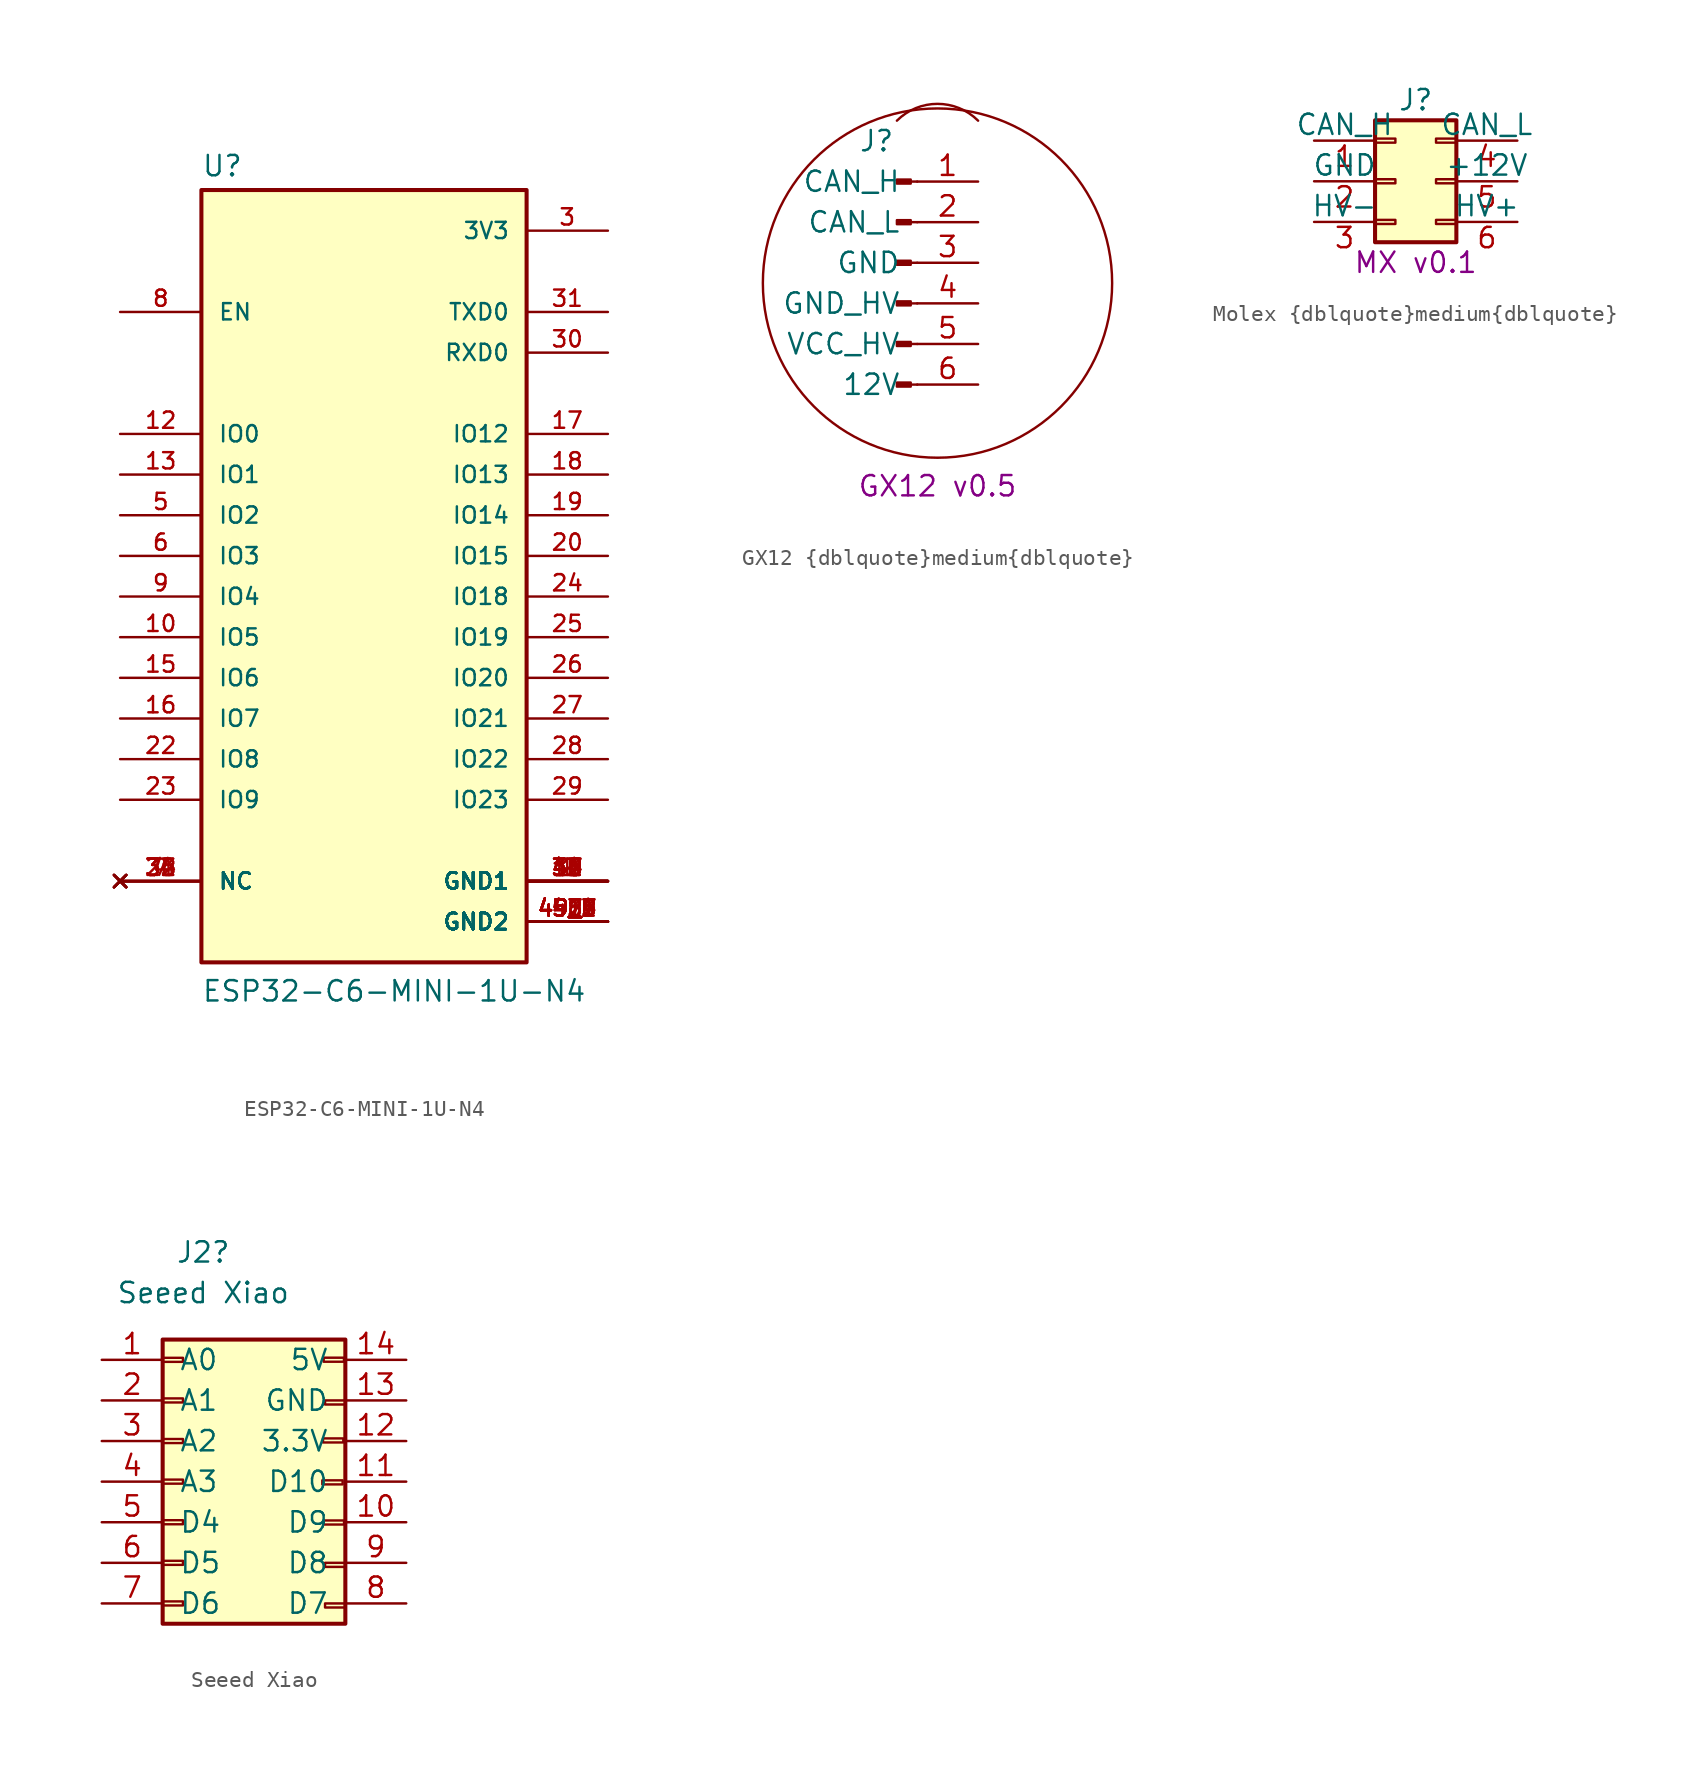
<source format=kicad_sym>
(kicad_symbol_lib
  (version 20211014)
  (generator kicad_symbol_editor)
  (symbol "ESP32-C6-MINI-1U-N4"
    (pin_names
      (offset 1.016))
    (property "Reference" "U"
      (at -10.16 23.622 0)
      (effects (font (size 1.27 1.27)) (justify left bottom)))
    (property "Value" "ESP32-C6-MINI-1U-N4"
      (at -10.16 -27.94 0)
      (effects (font (size 1.27 1.27)) (justify left bottom)))
    (symbol "ESP32-C6-MINI-1U-N4_0_0"
      (rectangle (start -10.16 -25.4) (end 10.16 22.86) (stroke (width 0.254) (type default) (color 0 0 0 0)) (fill (type background)))
      (pin power_in line (at 15.24 -20.32 180) (length 5.08) (name "GND1" (effects (font (size 1.016 1.016)))) (number "1" (effects (font (size 1.016 1.016)))))
      (pin bidirectional line (at -15.24 -5.08 0) (length 5.08) (name "IO5" (effects (font (size 1.016 1.016)))) (number "10" (effects (font (size 1.016 1.016)))))
      (pin power_in line (at 15.24 -20.32 180) (length 5.08) (name "GND1" (effects (font (size 1.016 1.016)))) (number "11" (effects (font (size 1.016 1.016)))))
      (pin bidirectional line (at -15.24 7.62 0) (length 5.08) (name "IO0" (effects (font (size 1.016 1.016)))) (number "12" (effects (font (size 1.016 1.016)))))
      (pin bidirectional line (at -15.24 5.08 0) (length 5.08) (name "IO1" (effects (font (size 1.016 1.016)))) (number "13" (effects (font (size 1.016 1.016)))))
      (pin power_in line (at 15.24 -20.32 180) (length 5.08) (name "GND1" (effects (font (size 1.016 1.016)))) (number "14" (effects (font (size 1.016 1.016)))))
      (pin bidirectional line (at -15.24 -7.62 0) (length 5.08) (name "IO6" (effects (font (size 1.016 1.016)))) (number "15" (effects (font (size 1.016 1.016)))))
      (pin bidirectional line (at -15.24 -10.16 0) (length 5.08) (name "IO7" (effects (font (size 1.016 1.016)))) (number "16" (effects (font (size 1.016 1.016)))))
      (pin bidirectional line (at 15.24 7.62 180) (length 5.08) (name "IO12" (effects (font (size 1.016 1.016)))) (number "17" (effects (font (size 1.016 1.016)))))
      (pin bidirectional line (at 15.24 5.08 180) (length 5.08) (name "IO13" (effects (font (size 1.016 1.016)))) (number "18" (effects (font (size 1.016 1.016)))))
      (pin bidirectional line (at 15.24 2.54 180) (length 5.08) (name "IO14" (effects (font (size 1.016 1.016)))) (number "19" (effects (font (size 1.016 1.016)))))
      (pin power_in line (at 15.24 -20.32 180) (length 5.08) (name "GND1" (effects (font (size 1.016 1.016)))) (number "2" (effects (font (size 1.016 1.016)))))
      (pin bidirectional line (at 15.24 0 180) (length 5.08) (name "IO15" (effects (font (size 1.016 1.016)))) (number "20" (effects (font (size 1.016 1.016)))))
      (pin no_connect line (at -15.24 -20.32 0) (length 5.08) (name "NC" (effects (font (size 1.016 1.016)))) (number "21" (effects (font (size 1.016 1.016)))))
      (pin bidirectional line (at -15.24 -12.7 0) (length 5.08) (name "IO8" (effects (font (size 1.016 1.016)))) (number "22" (effects (font (size 1.016 1.016)))))
      (pin bidirectional line (at -15.24 -15.24 0) (length 5.08) (name "IO9" (effects (font (size 1.016 1.016)))) (number "23" (effects (font (size 1.016 1.016)))))
      (pin bidirectional line (at 15.24 -2.54 180) (length 5.08) (name "IO18" (effects (font (size 1.016 1.016)))) (number "24" (effects (font (size 1.016 1.016)))))
      (pin bidirectional line (at 15.24 -5.08 180) (length 5.08) (name "IO19" (effects (font (size 1.016 1.016)))) (number "25" (effects (font (size 1.016 1.016)))))
      (pin bidirectional line (at 15.24 -7.62 180) (length 5.08) (name "IO20" (effects (font (size 1.016 1.016)))) (number "26" (effects (font (size 1.016 1.016)))))
      (pin bidirectional line (at 15.24 -10.16 180) (length 5.08) (name "IO21" (effects (font (size 1.016 1.016)))) (number "27" (effects (font (size 1.016 1.016)))))
      (pin bidirectional line (at 15.24 -12.7 180) (length 5.08) (name "IO22" (effects (font (size 1.016 1.016)))) (number "28" (effects (font (size 1.016 1.016)))))
      (pin bidirectional line (at 15.24 -15.24 180) (length 5.08) (name "IO23" (effects (font (size 1.016 1.016)))) (number "29" (effects (font (size 1.016 1.016)))))
      (pin power_in line (at 15.24 20.32 180) (length 5.08) (name "3V3" (effects (font (size 1.016 1.016)))) (number "3" (effects (font (size 1.016 1.016)))))
      (pin bidirectional line (at 15.24 12.7 180) (length 5.08) (name "RXD0" (effects (font (size 1.016 1.016)))) (number "30" (effects (font (size 1.016 1.016)))))
      (pin bidirectional line (at 15.24 15.24 180) (length 5.08) (name "TXD0" (effects (font (size 1.016 1.016)))) (number "31" (effects (font (size 1.016 1.016)))))
      (pin no_connect line (at -15.24 -20.32 0) (length 5.08) (name "NC" (effects (font (size 1.016 1.016)))) (number "32" (effects (font (size 1.016 1.016)))))
      (pin no_connect line (at -15.24 -20.32 0) (length 5.08) (name "NC" (effects (font (size 1.016 1.016)))) (number "33" (effects (font (size 1.016 1.016)))))
      (pin no_connect line (at -15.24 -20.32 0) (length 5.08) (name "NC" (effects (font (size 1.016 1.016)))) (number "34" (effects (font (size 1.016 1.016)))))
      (pin no_connect line (at -15.24 -20.32 0) (length 5.08) (name "NC" (effects (font (size 1.016 1.016)))) (number "35" (effects (font (size 1.016 1.016)))))
      (pin power_in line (at 15.24 -20.32 180) (length 5.08) (name "GND1" (effects (font (size 1.016 1.016)))) (number "36" (effects (font (size 1.016 1.016)))))
      (pin power_in line (at 15.24 -20.32 180) (length 5.08) (name "GND1" (effects (font (size 1.016 1.016)))) (number "37" (effects (font (size 1.016 1.016)))))
      (pin power_in line (at 15.24 -20.32 180) (length 5.08) (name "GND1" (effects (font (size 1.016 1.016)))) (number "38" (effects (font (size 1.016 1.016)))))
      (pin power_in line (at 15.24 -20.32 180) (length 5.08) (name "GND1" (effects (font (size 1.016 1.016)))) (number "39" (effects (font (size 1.016 1.016)))))
      (pin no_connect line (at -15.24 -20.32 0) (length 5.08) (name "NC" (effects (font (size 1.016 1.016)))) (number "4" (effects (font (size 1.016 1.016)))))
      (pin power_in line (at 15.24 -20.32 180) (length 5.08) (name "GND1" (effects (font (size 1.016 1.016)))) (number "40" (effects (font (size 1.016 1.016)))))
      (pin power_in line (at 15.24 -20.32 180) (length 5.08) (name "GND1" (effects (font (size 1.016 1.016)))) (number "41" (effects (font (size 1.016 1.016)))))
      (pin power_in line (at 15.24 -20.32 180) (length 5.08) (name "GND1" (effects (font (size 1.016 1.016)))) (number "42" (effects (font (size 1.016 1.016)))))
      (pin power_in line (at 15.24 -20.32 180) (length 5.08) (name "GND1" (effects (font (size 1.016 1.016)))) (number "43" (effects (font (size 1.016 1.016)))))
      (pin power_in line (at 15.24 -20.32 180) (length 5.08) (name "GND1" (effects (font (size 1.016 1.016)))) (number "44" (effects (font (size 1.016 1.016)))))
      (pin power_in line (at 15.24 -20.32 180) (length 5.08) (name "GND1" (effects (font (size 1.016 1.016)))) (number "45" (effects (font (size 1.016 1.016)))))
      (pin power_in line (at 15.24 -20.32 180) (length 5.08) (name "GND1" (effects (font (size 1.016 1.016)))) (number "46" (effects (font (size 1.016 1.016)))))
      (pin power_in line (at 15.24 -22.86 180) (length 5.08) (name "GND2" (effects (font (size 1.016 1.016)))) (number "47" (effects (font (size 1.016 1.016)))))
      (pin power_in line (at 15.24 -22.86 180) (length 5.08) (name "GND2" (effects (font (size 1.016 1.016)))) (number "48" (effects (font (size 1.016 1.016)))))
      (pin power_in line (at 15.24 -22.86 180) (length 5.08) (name "GND2" (effects (font (size 1.016 1.016)))) (number "49_1" (effects (font (size 1.016 1.016)))))
      (pin power_in line (at 15.24 -22.86 180) (length 5.08) (name "GND2" (effects (font (size 1.016 1.016)))) (number "49_2" (effects (font (size 1.016 1.016)))))
      (pin power_in line (at 15.24 -22.86 180) (length 5.08) (name "GND2" (effects (font (size 1.016 1.016)))) (number "49_3" (effects (font (size 1.016 1.016)))))
      (pin power_in line (at 15.24 -22.86 180) (length 5.08) (name "GND2" (effects (font (size 1.016 1.016)))) (number "49_4" (effects (font (size 1.016 1.016)))))
      (pin power_in line (at 15.24 -22.86 180) (length 5.08) (name "GND2" (effects (font (size 1.016 1.016)))) (number "49_5" (effects (font (size 1.016 1.016)))))
      (pin power_in line (at 15.24 -22.86 180) (length 5.08) (name "GND2" (effects (font (size 1.016 1.016)))) (number "49_6" (effects (font (size 1.016 1.016)))))
      (pin power_in line (at 15.24 -22.86 180) (length 5.08) (name "GND2" (effects (font (size 1.016 1.016)))) (number "49_7" (effects (font (size 1.016 1.016)))))
      (pin power_in line (at 15.24 -22.86 180) (length 5.08) (name "GND2" (effects (font (size 1.016 1.016)))) (number "49_8" (effects (font (size 1.016 1.016)))))
      (pin power_in line (at 15.24 -22.86 180) (length 5.08) (name "GND2" (effects (font (size 1.016 1.016)))) (number "49_9" (effects (font (size 1.016 1.016)))))
      (pin bidirectional line (at -15.24 2.54 0) (length 5.08) (name "IO2" (effects (font (size 1.016 1.016)))) (number "5" (effects (font (size 1.016 1.016)))))
      (pin power_in line (at 15.24 -22.86 180) (length 5.08) (name "GND2" (effects (font (size 1.016 1.016)))) (number "50" (effects (font (size 1.016 1.016)))))
      (pin power_in line (at 15.24 -22.86 180) (length 5.08) (name "GND2" (effects (font (size 1.016 1.016)))) (number "51" (effects (font (size 1.016 1.016)))))
      (pin power_in line (at 15.24 -22.86 180) (length 5.08) (name "GND2" (effects (font (size 1.016 1.016)))) (number "52" (effects (font (size 1.016 1.016)))))
      (pin power_in line (at 15.24 -22.86 180) (length 5.08) (name "GND2" (effects (font (size 1.016 1.016)))) (number "53" (effects (font (size 1.016 1.016)))))
      (pin bidirectional line (at -15.24 0 0) (length 5.08) (name "IO3" (effects (font (size 1.016 1.016)))) (number "6" (effects (font (size 1.016 1.016)))))
      (pin no_connect line (at -15.24 -20.32 0) (length 5.08) (name "NC" (effects (font (size 1.016 1.016)))) (number "7" (effects (font (size 1.016 1.016)))))
      (pin input line (at -15.24 15.24 0) (length 5.08) (name "EN" (effects (font (size 1.016 1.016)))) (number "8" (effects (font (size 1.016 1.016)))))
      (pin bidirectional line (at -15.24 -2.54 0) (length 5.08) (name "IO4" (effects (font (size 1.016 1.016)))) (number "9" (effects (font (size 1.016 1.016)))))))
  (symbol "GX12 {dblquote}medium{dblquote}"
    (pin_names
      (offset 1.016))
    (property "Reference" "J"
      (at -1.27 7.62 0)
      (effects (font (size 1.27 1.27))))
    (property "Version" "GX12 v0.5"
      (at 2.54 -13.97 0)
      (effects (font (size 1.27 1.27))))
    (symbol "GX12 {dblquote}medium{dblquote}_0_1"
      (circle (center 2.54 -1.27) (radius 10.925) (stroke (width 0) (type default) (color 0 0 0 0)) (fill (type none)))
      (arc (start 5.08 8.89) (mid 2.54 15.0221) (end 0 8.89) (stroke (width 0) (type default) (color 0 0 0 0)) (fill (type none))))
    (symbol "GX12 {dblquote}medium{dblquote}_1_1"
      (polyline (pts (xy 1.27 -7.62) (xy 0.864 -7.62)) (stroke (width 0.152) (type default) (color 0 0 0 0)) (fill (type none)))
      (polyline (pts (xy 1.27 -5.08) (xy 0.864 -5.08)) (stroke (width 0.152) (type default) (color 0 0 0 0)) (fill (type none)))
      (polyline (pts (xy 1.27 -2.54) (xy 0.864 -2.54)) (stroke (width 0.152) (type default) (color 0 0 0 0)) (fill (type none)))
      (polyline (pts (xy 1.27 0) (xy 0.864 0)) (stroke (width 0.152) (type default) (color 0 0 0 0)) (fill (type none)))
      (polyline (pts (xy 1.27 2.54) (xy 0.864 2.54)) (stroke (width 0.152) (type default) (color 0 0 0 0)) (fill (type none)))
      (polyline (pts (xy 1.27 5.08) (xy 0.864 5.08)) (stroke (width 0.152) (type default) (color 0 0 0 0)) (fill (type none)))
      (rectangle (start 0.864 -7.493) (end 0 -7.747) (stroke (width 0.152) (type default) (color 0 0 0 0)) (fill (type outline)))
      (rectangle (start 0.864 -4.953) (end 0 -5.207) (stroke (width 0.152) (type default) (color 0 0 0 0)) (fill (type outline)))
      (rectangle (start 0.864 -2.413) (end 0 -2.667) (stroke (width 0.152) (type default) (color 0 0 0 0)) (fill (type outline)))
      (rectangle (start 0.864 0.127) (end 0 -0.127) (stroke (width 0.152) (type default) (color 0 0 0 0)) (fill (type outline)))
      (rectangle (start 0.864 2.667) (end 0 2.413) (stroke (width 0.152) (type default) (color 0 0 0 0)) (fill (type outline)))
      (rectangle (start 0.864 5.207) (end 0 4.953) (stroke (width 0.152) (type default) (color 0 0 0 0)) (fill (type outline)))
      (pin bidirectional line (at 5.08 5.08 180) (length 3.81) (name "CAN_H" (effects (font (size 1.27 1.27)))) (number "1" (effects (font (size 1.27 1.27)))))
      (pin bidirectional line (at 5.08 2.54 180) (length 3.81) (name "CAN_L" (effects (font (size 1.27 1.27)))) (number "2" (effects (font (size 1.27 1.27)))))
      (pin power_in line (at 5.08 0 180) (length 3.81) (name "GND" (effects (font (size 1.27 1.27)))) (number "3" (effects (font (size 1.27 1.27)))))
      (pin power_in line (at 5.08 -2.54 180) (length 3.81) (name "GND_HV" (effects (font (size 1.27 1.27)))) (number "4" (effects (font (size 1.27 1.27)))))
      (pin power_in line (at 5.08 -5.08 180) (length 3.81) (name "VCC_HV" (effects (font (size 1.27 1.27)))) (number "5" (effects (font (size 1.27 1.27)))))
      (pin power_in line (at 5.08 -7.62 180) (length 3.81) (name "12V" (effects (font (size 1.27 1.27)))) (number "6" (effects (font (size 1.27 1.27)))))))
  (symbol "Molex {dblquote}medium{dblquote}"
    (pin_names
      (offset 0))
    (property "Reference" "J"
      (at 1.27 5.08 0)
      (effects (font (size 1.27 1.27))))
    (property "Version" "MX v0.1"
      (at 1.27 -5.08 0)
      (effects (font (size 1.27 1.27))))
    (symbol "Molex {dblquote}medium{dblquote}_1_1"
      (rectangle (start -1.27 -2.413) (end 0 -2.667) (stroke (width 0.152) (type default) (color 0 0 0 0)) (fill (type none)))
      (rectangle (start -1.27 0.127) (end 0 -0.127) (stroke (width 0.152) (type default) (color 0 0 0 0)) (fill (type none)))
      (rectangle (start -1.27 2.667) (end 0 2.413) (stroke (width 0.152) (type default) (color 0 0 0 0)) (fill (type none)))
      (rectangle (start -1.27 3.81) (end 3.81 -3.81) (stroke (width 0.254) (type default) (color 0 0 0 0)) (fill (type background)))
      (rectangle (start 3.81 -2.413) (end 2.54 -2.667) (stroke (width 0.152) (type default) (color 0 0 0 0)) (fill (type none)))
      (rectangle (start 3.81 0.127) (end 2.54 -0.127) (stroke (width 0.152) (type default) (color 0 0 0 0)) (fill (type none)))
      (rectangle (start 3.81 2.667) (end 2.54 2.413) (stroke (width 0.152) (type default) (color 0 0 0 0)) (fill (type none)))
      (pin passive line (at -5.08 2.54 0) (length 3.81) (name "CAN_H" (effects (font (size 1.27 1.27)))) (number "1" (effects (font (size 1.27 1.27)))))
      (pin passive line (at -5.08 0 0) (length 3.81) (name "GND" (effects (font (size 1.27 1.27)))) (number "2" (effects (font (size 1.27 1.27)))))
      (pin passive line (at -5.08 -2.54 0) (length 3.81) (name "HV-" (effects (font (size 1.27 1.27)))) (number "3" (effects (font (size 1.27 1.27)))))
      (pin passive line (at 7.62 2.54 180) (length 3.81) (name "CAN_L" (effects (font (size 1.27 1.27)))) (number "4" (effects (font (size 1.27 1.27)))))
      (pin passive line (at 7.62 0 180) (length 3.81) (name "+12V" (effects (font (size 1.27 1.27)))) (number "5" (effects (font (size 1.27 1.27)))))
      (pin passive line (at 7.62 -2.54 180) (length 3.81) (name "HV+" (effects (font (size 1.27 1.27)))) (number "6" (effects (font (size 1.27 1.27)))))))
  (symbol "Seeed Xiao"
    (pin_names
      (offset 1.016))
    (property "Reference" "J2"
      (at 1.27 14.351 0)
      (effects (font (size 1.27 1.27))))
    (property "Value" "Seeed Xiao"
      (at 1.27 11.811 0)
      (effects (font (size 1.27 1.27))))
    (symbol "Seeed Xiao_1_1"
      (rectangle (start -1.27 -7.493) (end 0 -7.747) (stroke (width 0.152) (type default) (color 0 0 0 0)) (fill (type none)))
      (rectangle (start -1.27 -4.953) (end 0 -5.207) (stroke (width 0.152) (type default) (color 0 0 0 0)) (fill (type none)))
      (rectangle (start -1.27 -2.413) (end 0 -2.667) (stroke (width 0.152) (type default) (color 0 0 0 0)) (fill (type none)))
      (rectangle (start -1.27 0.127) (end 0 -0.127) (stroke (width 0.152) (type default) (color 0 0 0 0)) (fill (type none)))
      (rectangle (start -1.27 2.667) (end 0 2.413) (stroke (width 0.152) (type default) (color 0 0 0 0)) (fill (type none)))
      (rectangle (start -1.27 5.207) (end 0 4.953) (stroke (width 0.152) (type default) (color 0 0 0 0)) (fill (type none)))
      (rectangle (start -1.27 7.747) (end 0 7.493) (stroke (width 0.152) (type default) (color 0 0 0 0)) (fill (type none)))
      (rectangle (start -1.27 8.89) (end 10.16 -8.89) (stroke (width 0.254) (type default) (color 0 0 0 0)) (fill (type background)))
      (rectangle (start 9.989 0.082) (end 8.719 -0.172) (stroke (width 0.152) (type default) (color 0 0 0 0)) (fill (type none)))
      (rectangle (start 10.033 2.704) (end 8.763 2.45) (stroke (width 0.152) (type default) (color 0 0 0 0)) (fill (type none)))
      (rectangle (start 10.074 7.755) (end 8.804 7.502) (stroke (width 0.152) (type default) (color 0 0 0 0)) (fill (type none)))
      (rectangle (start 10.078 -2.429) (end 8.808 -2.683) (stroke (width 0.152) (type default) (color 0 0 0 0)) (fill (type none)))
      (rectangle (start 10.16 -7.62) (end 8.89 -7.874) (stroke (width 0.152) (type default) (color 0 0 0 0)) (fill (type none)))
      (rectangle (start 10.16 -5.08) (end 8.89 -5.334) (stroke (width 0.152) (type default) (color 0 0 0 0)) (fill (type none)))
      (rectangle (start 10.16 5.08) (end 8.89 4.826) (stroke (width 0.152) (type default) (color 0 0 0 0)) (fill (type none)))
      (pin bidirectional line (at -5.08 7.62 0) (length 3.81) (name "A0" (effects (font (size 1.27 1.27)))) (number "1" (effects (font (size 1.27 1.27)))))
      (pin bidirectional line (at 13.97 -2.54 180) (length 3.81) (name "D9" (effects (font (size 1.27 1.27)))) (number "10" (effects (font (size 1.27 1.27)))))
      (pin bidirectional line (at 13.97 0 180) (length 3.81) (name "D10" (effects (font (size 1.27 1.27)))) (number "11" (effects (font (size 1.27 1.27)))))
      (pin power_in line (at 13.97 2.54 180) (length 3.81) (name "3.3V" (effects (font (size 1.27 1.27)))) (number "12" (effects (font (size 1.27 1.27)))))
      (pin power_in line (at 13.97 5.08 180) (length 3.81) (name "GND" (effects (font (size 1.27 1.27)))) (number "13" (effects (font (size 1.27 1.27)))))
      (pin power_in line (at 13.97 7.62 180) (length 3.81) (name "5V" (effects (font (size 1.27 1.27)))) (number "14" (effects (font (size 1.27 1.27)))))
      (pin bidirectional line (at -5.08 5.08 0) (length 3.81) (name "A1" (effects (font (size 1.27 1.27)))) (number "2" (effects (font (size 1.27 1.27)))))
      (pin bidirectional line (at -5.08 2.54 0) (length 3.81) (name "A2" (effects (font (size 1.27 1.27)))) (number "3" (effects (font (size 1.27 1.27)))))
      (pin bidirectional line (at -5.08 0 0) (length 3.81) (name "A3" (effects (font (size 1.27 1.27)))) (number "4" (effects (font (size 1.27 1.27)))))
      (pin bidirectional line (at -5.08 -2.54 0) (length 3.81) (name "D4" (effects (font (size 1.27 1.27)))) (number "5" (effects (font (size 1.27 1.27)))))
      (pin bidirectional line (at -5.08 -5.08 0) (length 3.81) (name "D5" (effects (font (size 1.27 1.27)))) (number "6" (effects (font (size 1.27 1.27)))))
      (pin bidirectional line (at -5.08 -7.62 0) (length 3.81) (name "D6" (effects (font (size 1.27 1.27)))) (number "7" (effects (font (size 1.27 1.27)))))
      (pin bidirectional line (at 13.97 -7.62 180) (length 3.81) (name "D7" (effects (font (size 1.27 1.27)))) (number "8" (effects (font (size 1.27 1.27)))))
      (pin bidirectional line (at 13.97 -5.08 180) (length 3.81) (name "D8" (effects (font (size 1.27 1.27)))) (number "9" (effects (font (size 1.27 1.27))))))))
</source>
